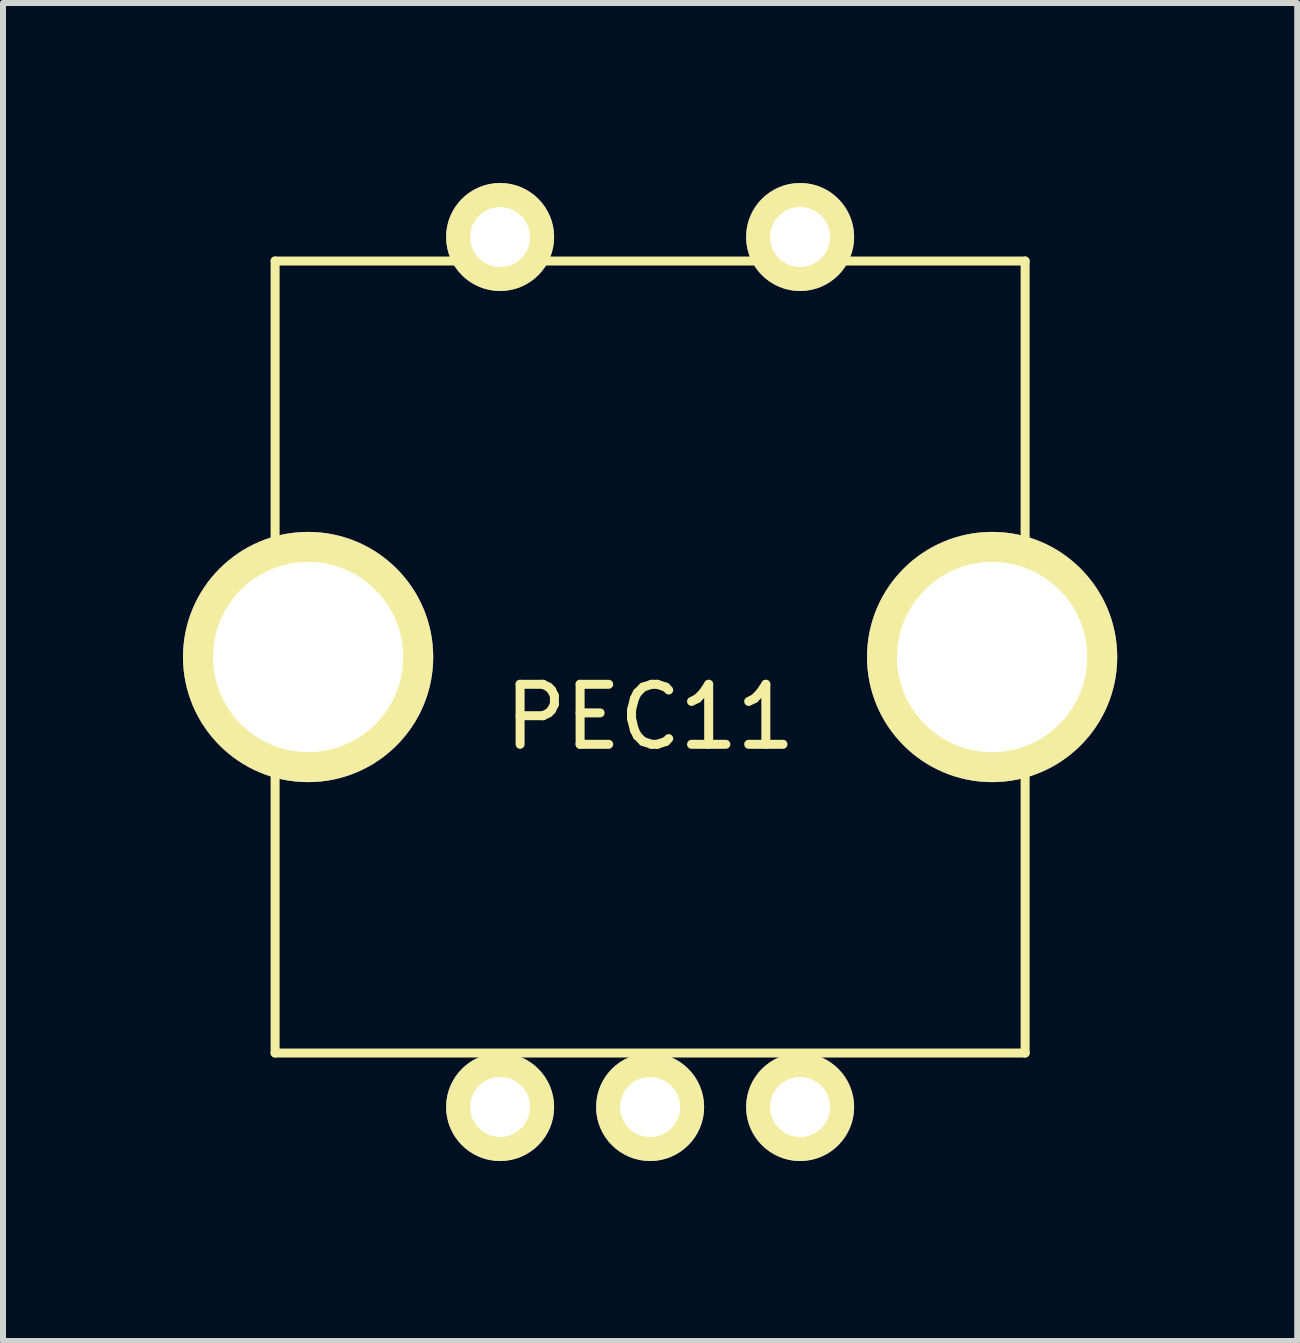
<source format=kicad_pcb>
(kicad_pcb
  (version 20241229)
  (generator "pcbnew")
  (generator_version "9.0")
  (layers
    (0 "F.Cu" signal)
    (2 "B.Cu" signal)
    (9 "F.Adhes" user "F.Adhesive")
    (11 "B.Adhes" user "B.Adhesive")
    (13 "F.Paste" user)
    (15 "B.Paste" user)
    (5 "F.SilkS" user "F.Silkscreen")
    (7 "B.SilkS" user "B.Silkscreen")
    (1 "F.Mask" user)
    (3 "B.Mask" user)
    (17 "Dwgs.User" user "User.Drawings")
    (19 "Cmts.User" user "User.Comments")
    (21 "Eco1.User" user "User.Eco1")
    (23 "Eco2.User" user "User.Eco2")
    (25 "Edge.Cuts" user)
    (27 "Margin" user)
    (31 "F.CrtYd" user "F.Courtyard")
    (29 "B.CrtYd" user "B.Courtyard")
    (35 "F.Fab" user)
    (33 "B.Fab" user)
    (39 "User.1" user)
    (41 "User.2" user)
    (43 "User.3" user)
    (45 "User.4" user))
  (footprint "PEC11"
    (layer "F.Cu")
    (at 7.785 7.9)
    (property "Reference" "PEC11" (at 0 1 0) (layer "F.SilkS") (effects (font (size 1 1) (thickness 0.15))))
    (attr through_hole)
    (fp_line (start -6.25 -6.6) (end 6.25 -6.6) (stroke (width 0.15) (type solid)) (layer "F.SilkS"))
    (fp_line (start -6.25 6.6) (end -6.25 -6.6) (stroke (width 0.15) (type solid)) (layer "F.SilkS"))
    (fp_line (start 6.25 -6.6) (end 6.25 6.6) (stroke (width 0.15) (type solid)) (layer "F.SilkS"))
    (fp_line (start 6.25 6.6) (end -6.25 6.6) (stroke (width 0.15) (type solid)) (layer "F.SilkS"))
    (pad "" thru_hole circle (at -5.7 0) (size 4.17 4.17) (drill 3.17) (layers "*.Cu" "*.Mask" "F.SilkS"))
    (pad "" thru_hole circle (at 5.7 0) (size 4.17 4.17) (drill 3.17) (layers "*.Cu" "*.Mask" "F.SilkS"))
    (pad "1" thru_hole circle (at -2.5 7.5) (size 1.8 1.8) (drill 1) (layers "*.Cu" "*.Mask" "F.SilkS"))
    (pad "2" thru_hole circle (at 0 7.5) (size 1.8 1.8) (drill 1) (layers "*.Cu" "*.Mask" "F.SilkS"))
    (pad "3" thru_hole circle (at 2.5 7.5) (size 1.8 1.8) (drill 1) (layers "*.Cu" "*.Mask" "F.SilkS"))
    (pad "4" thru_hole circle (at 2.5 -7) (size 1.8 1.8) (drill 1) (layers "*.Cu" "*.Mask" "F.SilkS"))
    (pad "5" thru_hole circle (at -2.5 -7) (size 1.8 1.8) (drill 1) (layers "*.Cu" "*.Mask" "F.SilkS")))
  (gr_rect
    (start -3 -3)
    (end 18.57 19.3)
    (stroke (width 0.1) (type default))
    (fill no)
    (layer "Edge.Cuts")))
</source>
